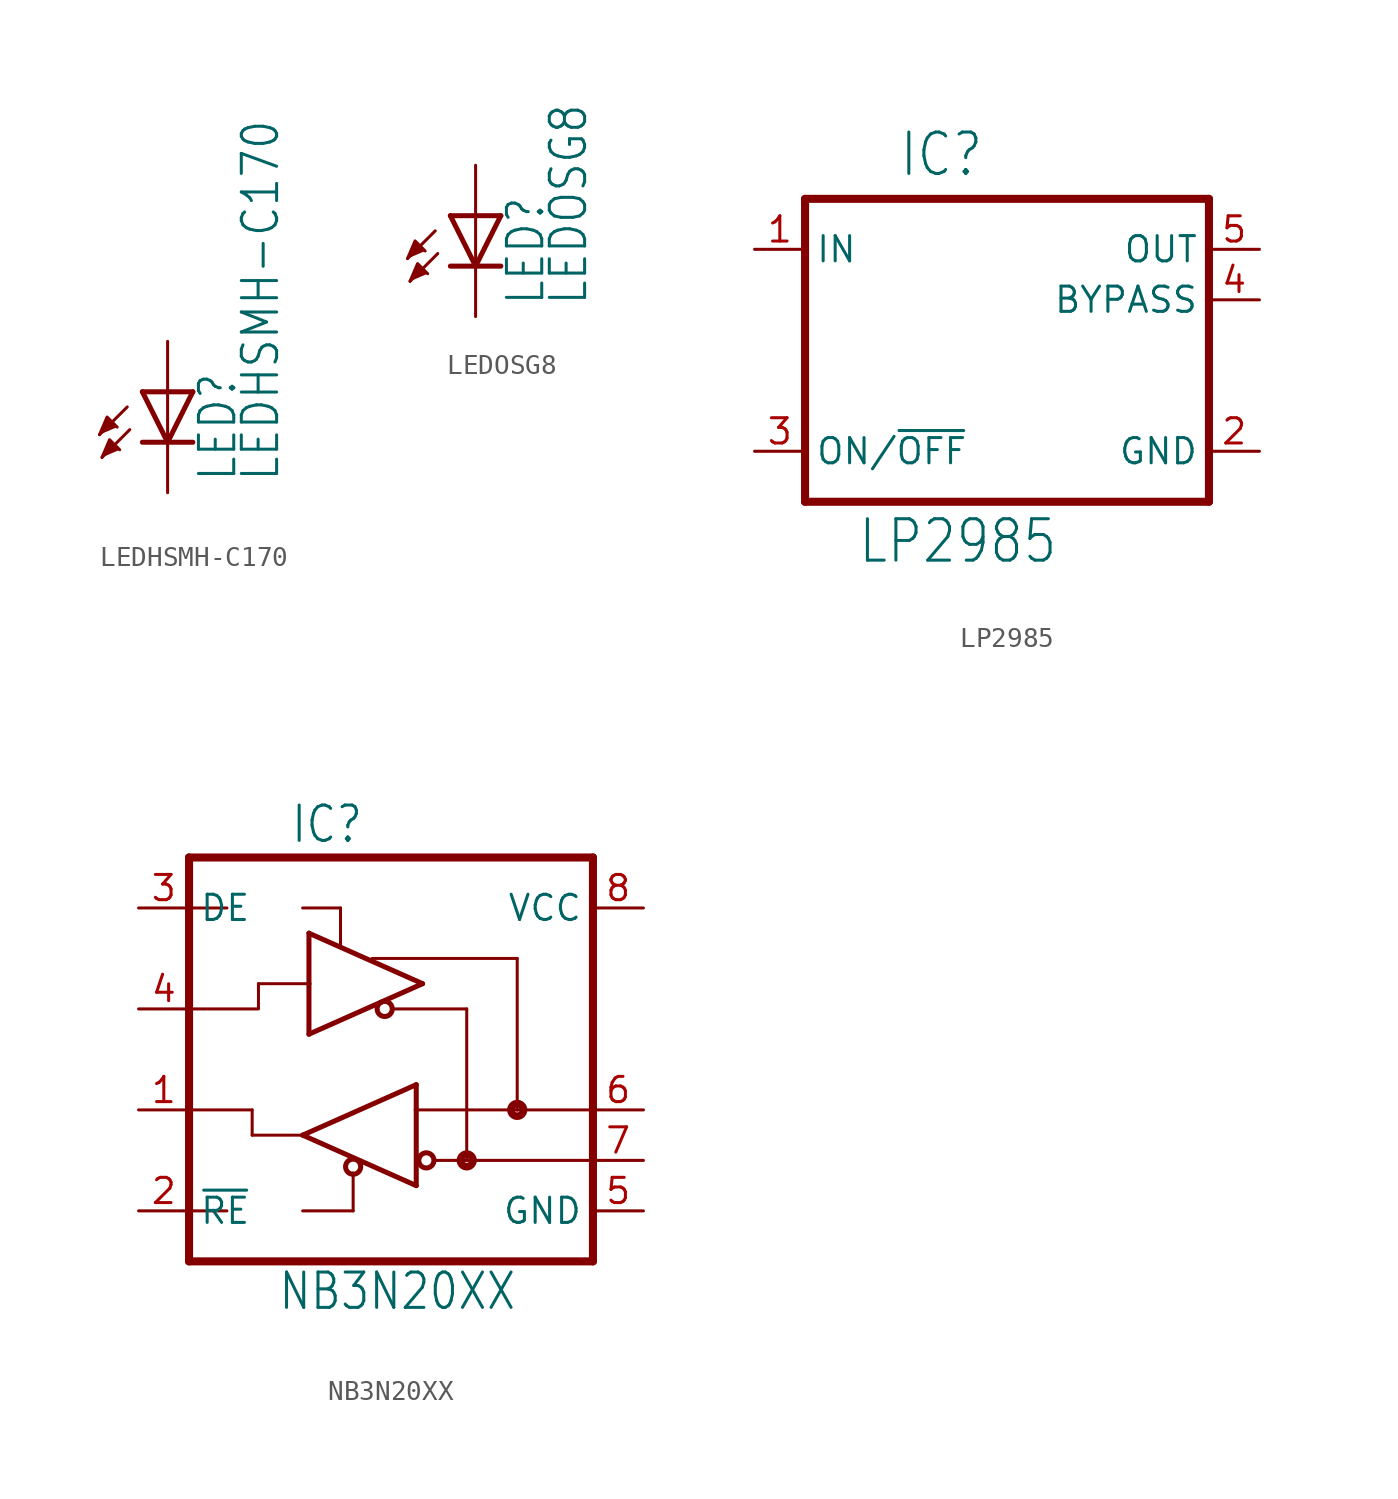
<source format=kicad_sym>
(kicad_symbol_lib
  (version 20211014)
  (generator kicad_symbol_editor)
  (symbol "LEDHSMH-C170"
    (property "Reference" "LED"
      (at 3.556 -2.032 90)
      (effects (font (size 1.778 1.511)) (justify left bottom)))
    (property "Value" "LEDHSMH-C170"
      (at 5.715 -2.032 90)
      (effects (font (size 1.778 1.511)) (justify left bottom)))
    (property "ki_locked" ""
      (at 0 0 0)
      (effects (font (size 1.27 1.27))))
    (symbol "LEDHSMH-C170_1_0"
      (polyline (pts (xy -2.032 1.778) (xy -3.429 0.381)) (stroke (width 0.152) (type default) (color 0 0 0 0)) (fill (type none)))
      (polyline (pts (xy -1.905 0.635) (xy -3.302 -0.762)) (stroke (width 0.152) (type default) (color 0 0 0 0)) (fill (type none)))
      (polyline (pts (xy 0 0) (xy -1.27 0)) (stroke (width 0.254) (type default) (color 0 0 0 0)) (fill (type none)))
      (polyline (pts (xy 0 0) (xy -1.27 2.54)) (stroke (width 0.254) (type default) (color 0 0 0 0)) (fill (type none)))
      (polyline (pts (xy 0 2.54) (xy -1.27 2.54)) (stroke (width 0.254) (type default) (color 0 0 0 0)) (fill (type none)))
      (polyline (pts (xy 0 2.54) (xy 0 0)) (stroke (width 0.152) (type default) (color 0 0 0 0)) (fill (type none)))
      (polyline (pts (xy 1.27 0) (xy 0 0)) (stroke (width 0.254) (type default) (color 0 0 0 0)) (fill (type none)))
      (polyline (pts (xy 1.27 2.54) (xy 0 0)) (stroke (width 0.254) (type default) (color 0 0 0 0)) (fill (type none)))
      (polyline (pts (xy 1.27 2.54) (xy 0 2.54)) (stroke (width 0.254) (type default) (color 0 0 0 0)) (fill (type none)))
      (polyline (pts (xy -3.429 0.381) (xy -3.048 1.27) (xy -2.54 0.762)) (stroke (width 0) (type default) (color 0 0 0 0)) (fill (type outline)))
      (polyline (pts (xy -3.302 -0.762) (xy -2.921 0.127) (xy -2.413 -0.381)) (stroke (width 0) (type default) (color 0 0 0 0)) (fill (type outline)))
      (pin passive line (at 0 5.08 270) (length 2.54) (name "A" (effects (font (size 0 0)))) (number "A" (effects (font (size 0 0)))))
      (pin passive line (at 0 -2.54 90) (length 2.54) (name "C" (effects (font (size 0 0)))) (number "C" (effects (font (size 0 0)))))))
  (symbol "LEDOSG8"
    (property "Reference" "LED"
      (at 3.556 -2.032 90)
      (effects (font (size 1.778 1.511)) (justify left bottom)))
    (property "Value" "LEDOSG8"
      (at 5.715 -2.032 90)
      (effects (font (size 1.778 1.511)) (justify left bottom)))
    (property "ki_locked" ""
      (at 0 0 0)
      (effects (font (size 1.27 1.27))))
    (symbol "LEDOSG8_1_0"
      (polyline (pts (xy -2.032 1.778) (xy -3.429 0.381)) (stroke (width 0.152) (type default) (color 0 0 0 0)) (fill (type none)))
      (polyline (pts (xy -1.905 0.635) (xy -3.302 -0.762)) (stroke (width 0.152) (type default) (color 0 0 0 0)) (fill (type none)))
      (polyline (pts (xy 0 0) (xy -1.27 0)) (stroke (width 0.254) (type default) (color 0 0 0 0)) (fill (type none)))
      (polyline (pts (xy 0 0) (xy -1.27 2.54)) (stroke (width 0.254) (type default) (color 0 0 0 0)) (fill (type none)))
      (polyline (pts (xy 0 2.54) (xy -1.27 2.54)) (stroke (width 0.254) (type default) (color 0 0 0 0)) (fill (type none)))
      (polyline (pts (xy 0 2.54) (xy 0 0)) (stroke (width 0.152) (type default) (color 0 0 0 0)) (fill (type none)))
      (polyline (pts (xy 1.27 0) (xy 0 0)) (stroke (width 0.254) (type default) (color 0 0 0 0)) (fill (type none)))
      (polyline (pts (xy 1.27 2.54) (xy 0 0)) (stroke (width 0.254) (type default) (color 0 0 0 0)) (fill (type none)))
      (polyline (pts (xy 1.27 2.54) (xy 0 2.54)) (stroke (width 0.254) (type default) (color 0 0 0 0)) (fill (type none)))
      (polyline (pts (xy -3.429 0.381) (xy -3.048 1.27) (xy -2.54 0.762)) (stroke (width 0) (type default) (color 0 0 0 0)) (fill (type outline)))
      (polyline (pts (xy -3.302 -0.762) (xy -2.921 0.127) (xy -2.413 -0.381)) (stroke (width 0) (type default) (color 0 0 0 0)) (fill (type outline)))
      (pin passive line (at 0 5.08 270) (length 2.54) (name "A" (effects (font (size 0 0)))) (number "A" (effects (font (size 0 0)))))
      (pin passive line (at 0 -2.54 90) (length 2.54) (name "C" (effects (font (size 0 0)))) (number "C" (effects (font (size 0 0)))))))
  (symbol "LP2985"
    (property "Reference" "IC"
      (at -5.461 8.636 0)
      (effects (font (size 2.083 1.77)) (justify left bottom)))
    (property "Value" "LP2985"
      (at -7.544 -10.82 0)
      (effects (font (size 2.083 1.77)) (justify left bottom)))
    (property "ki_locked" ""
      (at 0 0 0)
      (effects (font (size 1.27 1.27))))
    (symbol "LP2985_1_0"
      (polyline (pts (xy -10.16 -7.62) (xy 10.16 -7.62)) (stroke (width 0.406) (type default) (color 0 0 0 0)) (fill (type none)))
      (polyline (pts (xy -10.16 7.62) (xy -10.16 -7.62)) (stroke (width 0.406) (type default) (color 0 0 0 0)) (fill (type none)))
      (polyline (pts (xy 10.16 -7.62) (xy 10.16 7.62)) (stroke (width 0.406) (type default) (color 0 0 0 0)) (fill (type none)))
      (polyline (pts (xy 10.16 7.62) (xy -10.16 7.62)) (stroke (width 0.406) (type default) (color 0 0 0 0)) (fill (type none)))
      (pin input line (at -12.7 5.08 0) (length 2.54) (name "IN" (effects (font (size 1.27 1.27)))) (number "1" (effects (font (size 1.27 1.27)))))
      (pin passive line (at 12.7 -5.08 180) (length 2.54) (name "GND" (effects (font (size 1.27 1.27)))) (number "2" (effects (font (size 1.27 1.27)))))
      (pin input line (at -12.7 -5.08 0) (length 2.54) (name "ON/~{OFF}" (effects (font (size 1.27 1.27)))) (number "3" (effects (font (size 1.27 1.27)))))
      (pin passive line (at 12.7 2.54 180) (length 2.54) (name "BYPASS" (effects (font (size 1.27 1.27)))) (number "4" (effects (font (size 1.27 1.27)))))
      (pin passive line (at 12.7 5.08 180) (length 2.54) (name "OUT" (effects (font (size 1.27 1.27)))) (number "5" (effects (font (size 1.27 1.27)))))))
  (symbol "NB3N20XX"
    (property "Reference" "IC"
      (at -5.08 10.795 0)
      (effects (font (size 1.778 1.511)) (justify left bottom)))
    (property "Value" "NB3N20XX"
      (at -5.715 -12.7 0)
      (effects (font (size 1.778 1.511)) (justify left bottom)))
    (property "ki_locked" ""
      (at 0 0 0)
      (effects (font (size 1.27 1.27))))
    (symbol "NB3N20XX_1_0"
      (circle (center -1.905 -5.397) (radius 0.381) (stroke (width 0.254) (type default) (color 0 0 0 0)) (fill (type none)))
      (circle (center -0.318 2.54) (radius 0.381) (stroke (width 0.254) (type default) (color 0 0 0 0)) (fill (type none)))
      (polyline (pts (xy -10.16 -7.62) (xy -10.16 -10.16)) (stroke (width 0.406) (type default) (color 0 0 0 0)) (fill (type none)))
      (polyline (pts (xy -10.16 -7.62) (xy -8.255 -7.62)) (stroke (width 0.152) (type default) (color 0 0 0 0)) (fill (type none)))
      (polyline (pts (xy -10.16 -2.54) (xy -10.16 -7.62)) (stroke (width 0.406) (type default) (color 0 0 0 0)) (fill (type none)))
      (polyline (pts (xy -10.16 2.54) (xy -6.731 2.54)) (stroke (width 0.152) (type default) (color 0 0 0 0)) (fill (type none)))
      (polyline (pts (xy -10.16 7.62) (xy -10.16 -2.54)) (stroke (width 0.406) (type default) (color 0 0 0 0)) (fill (type none)))
      (polyline (pts (xy -10.16 7.62) (xy -8.255 7.62)) (stroke (width 0.152) (type default) (color 0 0 0 0)) (fill (type none)))
      (polyline (pts (xy -10.16 10.16) (xy -10.16 7.62)) (stroke (width 0.406) (type default) (color 0 0 0 0)) (fill (type none)))
      (polyline (pts (xy -6.985 -3.81) (xy -4.445 -3.81)) (stroke (width 0.152) (type default) (color 0 0 0 0)) (fill (type none)))
      (polyline (pts (xy -6.985 -2.54) (xy -10.16 -2.54)) (stroke (width 0.152) (type default) (color 0 0 0 0)) (fill (type none)))
      (polyline (pts (xy -6.985 -2.54) (xy -6.985 -3.81)) (stroke (width 0.152) (type default) (color 0 0 0 0)) (fill (type none)))
      (polyline (pts (xy -6.668 3.81) (xy -6.668 2.54)) (stroke (width 0.152) (type default) (color 0 0 0 0)) (fill (type none)))
      (polyline (pts (xy -6.668 3.81) (xy -4.128 3.81)) (stroke (width 0.152) (type default) (color 0 0 0 0)) (fill (type none)))
      (polyline (pts (xy -4.445 -7.62) (xy -1.905 -7.62)) (stroke (width 0.152) (type default) (color 0 0 0 0)) (fill (type none)))
      (polyline (pts (xy -4.445 -3.81) (xy 1.27 -1.27)) (stroke (width 0.254) (type default) (color 0 0 0 0)) (fill (type none)))
      (polyline (pts (xy -4.445 7.62) (xy -2.54 7.62)) (stroke (width 0.152) (type default) (color 0 0 0 0)) (fill (type none)))
      (polyline (pts (xy -4.128 1.27) (xy -4.128 3.81)) (stroke (width 0.254) (type default) (color 0 0 0 0)) (fill (type none)))
      (polyline (pts (xy -4.128 3.81) (xy -4.128 6.35)) (stroke (width 0.254) (type default) (color 0 0 0 0)) (fill (type none)))
      (polyline (pts (xy -4.128 6.35) (xy 1.587 3.81)) (stroke (width 0.254) (type default) (color 0 0 0 0)) (fill (type none)))
      (polyline (pts (xy -2.54 7.62) (xy -2.54 5.715)) (stroke (width 0.152) (type default) (color 0 0 0 0)) (fill (type none)))
      (polyline (pts (xy -1.905 -5.715) (xy -1.905 -7.62)) (stroke (width 0.152) (type default) (color 0 0 0 0)) (fill (type none)))
      (polyline (pts (xy 1.27 -6.35) (xy -4.445 -3.81)) (stroke (width 0.254) (type default) (color 0 0 0 0)) (fill (type none)))
      (polyline (pts (xy 1.27 -2.54) (xy 1.27 -6.35)) (stroke (width 0.254) (type default) (color 0 0 0 0)) (fill (type none)))
      (polyline (pts (xy 1.27 -1.27) (xy 1.27 -2.54)) (stroke (width 0.254) (type default) (color 0 0 0 0)) (fill (type none)))
      (polyline (pts (xy 1.587 3.81) (xy -4.128 1.27)) (stroke (width 0.254) (type default) (color 0 0 0 0)) (fill (type none)))
      (polyline (pts (xy 3.81 -5.08) (xy 2.286 -5.08)) (stroke (width 0.152) (type default) (color 0 0 0 0)) (fill (type none)))
      (polyline (pts (xy 3.81 2.54) (xy 0.064 2.54)) (stroke (width 0.152) (type default) (color 0 0 0 0)) (fill (type none)))
      (polyline (pts (xy 3.81 2.54) (xy 3.81 -5.08)) (stroke (width 0.152) (type default) (color 0 0 0 0)) (fill (type none)))
      (polyline (pts (xy 6.35 -2.54) (xy 1.27 -2.54)) (stroke (width 0.152) (type default) (color 0 0 0 0)) (fill (type none)))
      (polyline (pts (xy 6.35 5.08) (xy -0.953 5.08)) (stroke (width 0.152) (type default) (color 0 0 0 0)) (fill (type none)))
      (polyline (pts (xy 6.35 5.08) (xy 6.35 -2.54)) (stroke (width 0.152) (type default) (color 0 0 0 0)) (fill (type none)))
      (polyline (pts (xy 10.16 -10.16) (xy -10.16 -10.16)) (stroke (width 0.406) (type default) (color 0 0 0 0)) (fill (type none)))
      (polyline (pts (xy 10.16 -5.08) (xy 3.81 -5.08)) (stroke (width 0.152) (type default) (color 0 0 0 0)) (fill (type none)))
      (polyline (pts (xy 10.16 -5.08) (xy 10.16 -10.16)) (stroke (width 0.406) (type default) (color 0 0 0 0)) (fill (type none)))
      (polyline (pts (xy 10.16 -2.54) (xy 6.35 -2.54)) (stroke (width 0.152) (type default) (color 0 0 0 0)) (fill (type none)))
      (polyline (pts (xy 10.16 -2.54) (xy 10.16 -5.08)) (stroke (width 0.406) (type default) (color 0 0 0 0)) (fill (type none)))
      (polyline (pts (xy 10.16 10.16) (xy -10.16 10.16)) (stroke (width 0.406) (type default) (color 0 0 0 0)) (fill (type none)))
      (polyline (pts (xy 10.16 10.16) (xy 10.16 -2.54)) (stroke (width 0.406) (type default) (color 0 0 0 0)) (fill (type none)))
      (circle (center 1.778 -5.08) (radius 0.381) (stroke (width 0.254) (type default) (color 0 0 0 0)) (fill (type none)))
      (circle (center 3.81 -5.08) (radius 0.127) (stroke (width 0.381) (type default) (color 0 0 0 0)) (fill (type none)))
      (circle (center 6.35 -2.54) (radius 0.127) (stroke (width 0.381) (type default) (color 0 0 0 0)) (fill (type none)))
      (pin output line (at -12.7 -2.54 0) (length 2.54) (name "ROUT" (effects (font (size 0 0)))) (number "1" (effects (font (size 1.27 1.27)))))
      (pin input line (at -12.7 -7.62 0) (length 2.54) (name "~{RE}" (effects (font (size 1.27 1.27)))) (number "2" (effects (font (size 1.27 1.27)))))
      (pin input line (at -12.7 7.62 0) (length 2.54) (name "DE" (effects (font (size 1.27 1.27)))) (number "3" (effects (font (size 1.27 1.27)))))
      (pin input line (at -12.7 2.54 0) (length 2.54) (name "DIN" (effects (font (size 0 0)))) (number "4" (effects (font (size 1.27 1.27)))))
      (pin passive line (at 12.7 -7.62 180) (length 2.54) (name "GND" (effects (font (size 1.27 1.27)))) (number "5" (effects (font (size 1.27 1.27)))))
      (pin input line (at 12.7 -2.54 180) (length 2.54) (name "A+" (effects (font (size 0 0)))) (number "6" (effects (font (size 1.27 1.27)))))
      (pin input line (at 12.7 -5.08 180) (length 2.54) (name "B-" (effects (font (size 0 0)))) (number "7" (effects (font (size 1.27 1.27)))))
      (pin passive line (at 12.7 7.62 180) (length 2.54) (name "VCC" (effects (font (size 1.27 1.27)))) (number "8" (effects (font (size 1.27 1.27))))))))
</source>
